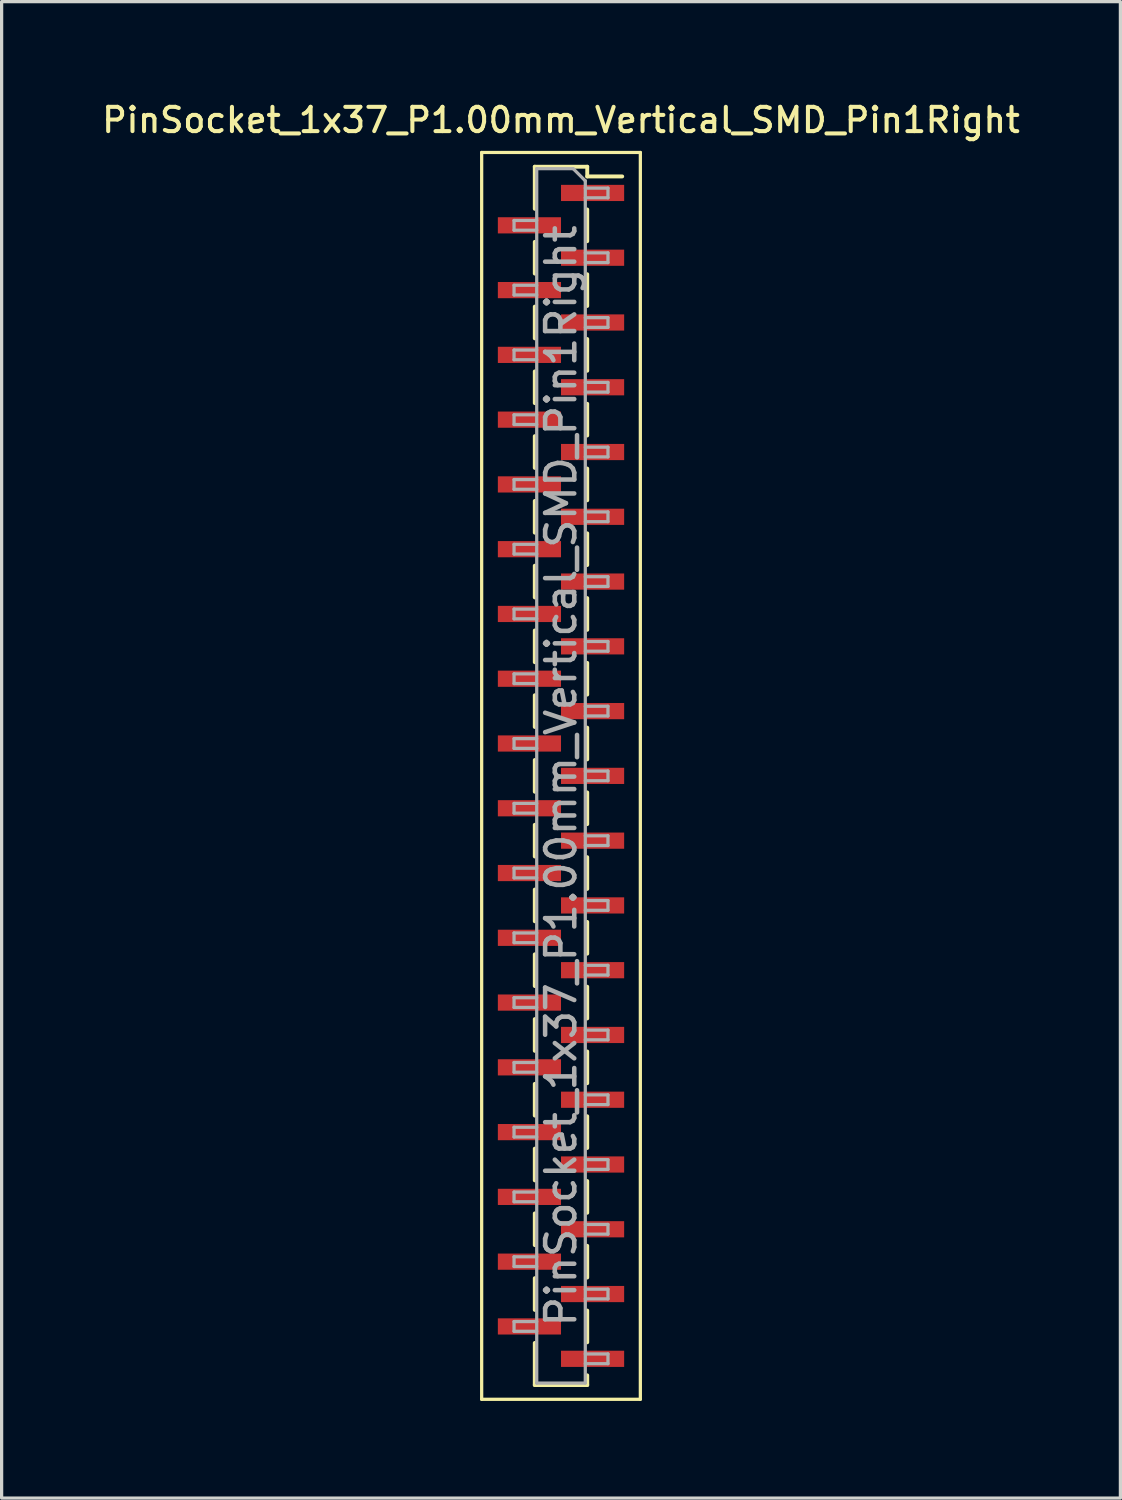
<source format=kicad_pcb>
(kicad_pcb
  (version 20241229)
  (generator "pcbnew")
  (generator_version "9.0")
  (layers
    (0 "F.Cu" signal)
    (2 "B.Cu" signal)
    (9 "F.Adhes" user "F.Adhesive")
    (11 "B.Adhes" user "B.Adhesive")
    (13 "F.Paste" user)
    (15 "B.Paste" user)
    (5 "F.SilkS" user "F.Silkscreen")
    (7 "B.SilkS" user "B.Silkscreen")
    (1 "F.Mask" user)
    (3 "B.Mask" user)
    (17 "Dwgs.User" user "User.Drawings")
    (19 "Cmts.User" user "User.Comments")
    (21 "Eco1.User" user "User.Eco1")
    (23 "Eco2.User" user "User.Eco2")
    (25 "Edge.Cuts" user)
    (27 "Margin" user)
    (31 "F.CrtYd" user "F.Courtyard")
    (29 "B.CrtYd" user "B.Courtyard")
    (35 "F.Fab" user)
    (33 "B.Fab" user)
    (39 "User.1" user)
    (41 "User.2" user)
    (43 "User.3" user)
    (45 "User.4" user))
  (footprint "PinSocket_1x37_P1.00mm_Vertical_SMD_Pin1Right"
    (layer "F.Cu")
    (at 14.273 20.908)
    (property "Reference" "PinSocket_1x37_P1.00mm_Vertical_SMD_Pin1Right" (at 0 -20.25 0) (layer "F.SilkS") (effects (font (size 0.75 0.75) (thickness 0.125))))
    (attr smd)
    (fp_line (start -2.45 -19.25) (end 2.45 -19.25) (stroke (width 0.1) (type solid)) (layer "F.SilkS"))
    (fp_line (start -2.45 19.25) (end -2.45 -19.25) (stroke (width 0.1) (type solid)) (layer "F.SilkS"))
    (fp_line (start -0.81 -18.81) (end -0.81 -17.51) (stroke (width 0.12) (type solid)) (layer "F.SilkS"))
    (fp_line (start -0.81 -18.81) (end 0.81 -18.81) (stroke (width 0.12) (type solid)) (layer "F.SilkS"))
    (fp_line (start -0.81 -16.49) (end -0.81 -15.51) (stroke (width 0.12) (type solid)) (layer "F.SilkS"))
    (fp_line (start -0.81 -14.49) (end -0.81 -13.51) (stroke (width 0.12) (type solid)) (layer "F.SilkS"))
    (fp_line (start -0.81 -12.49) (end -0.81 -11.51) (stroke (width 0.12) (type solid)) (layer "F.SilkS"))
    (fp_line (start -0.81 -10.49) (end -0.81 -9.51) (stroke (width 0.12) (type solid)) (layer "F.SilkS"))
    (fp_line (start -0.81 -8.49) (end -0.81 -7.51) (stroke (width 0.12) (type solid)) (layer "F.SilkS"))
    (fp_line (start -0.81 -6.49) (end -0.81 -5.51) (stroke (width 0.12) (type solid)) (layer "F.SilkS"))
    (fp_line (start -0.81 -4.49) (end -0.81 -3.51) (stroke (width 0.12) (type solid)) (layer "F.SilkS"))
    (fp_line (start -0.81 -2.49) (end -0.81 -1.51) (stroke (width 0.12) (type solid)) (layer "F.SilkS"))
    (fp_line (start -0.81 -0.49) (end -0.81 0.49) (stroke (width 0.12) (type solid)) (layer "F.SilkS"))
    (fp_line (start -0.81 1.51) (end -0.81 2.49) (stroke (width 0.12) (type solid)) (layer "F.SilkS"))
    (fp_line (start -0.81 3.51) (end -0.81 4.49) (stroke (width 0.12) (type solid)) (layer "F.SilkS"))
    (fp_line (start -0.81 5.51) (end -0.81 6.49) (stroke (width 0.12) (type solid)) (layer "F.SilkS"))
    (fp_line (start -0.81 7.51) (end -0.81 8.49) (stroke (width 0.12) (type solid)) (layer "F.SilkS"))
    (fp_line (start -0.81 9.51) (end -0.81 10.49) (stroke (width 0.12) (type solid)) (layer "F.SilkS"))
    (fp_line (start -0.81 11.51) (end -0.81 12.49) (stroke (width 0.12) (type solid)) (layer "F.SilkS"))
    (fp_line (start -0.81 13.51) (end -0.81 14.49) (stroke (width 0.12) (type solid)) (layer "F.SilkS"))
    (fp_line (start -0.81 15.51) (end -0.81 16.49) (stroke (width 0.12) (type solid)) (layer "F.SilkS"))
    (fp_line (start -0.81 17.51) (end -0.81 18.81) (stroke (width 0.12) (type solid)) (layer "F.SilkS"))
    (fp_line (start -0.81 18.81) (end 0.81 18.81) (stroke (width 0.12) (type solid)) (layer "F.SilkS"))
    (fp_line (start 0.81 -18.81) (end 0.81 -18.51) (stroke (width 0.12) (type solid)) (layer "F.SilkS"))
    (fp_line (start 0.81 -18.51) (end 1.89 -18.51) (stroke (width 0.12) (type solid)) (layer "F.SilkS"))
    (fp_line (start 0.81 -17.49) (end 0.81 -16.51) (stroke (width 0.12) (type solid)) (layer "F.SilkS"))
    (fp_line (start 0.81 -15.49) (end 0.81 -14.51) (stroke (width 0.12) (type solid)) (layer "F.SilkS"))
    (fp_line (start 0.81 -13.49) (end 0.81 -12.51) (stroke (width 0.12) (type solid)) (layer "F.SilkS"))
    (fp_line (start 0.81 -11.49) (end 0.81 -10.51) (stroke (width 0.12) (type solid)) (layer "F.SilkS"))
    (fp_line (start 0.81 -9.49) (end 0.81 -8.51) (stroke (width 0.12) (type solid)) (layer "F.SilkS"))
    (fp_line (start 0.81 -7.49) (end 0.81 -6.51) (stroke (width 0.12) (type solid)) (layer "F.SilkS"))
    (fp_line (start 0.81 -5.49) (end 0.81 -4.51) (stroke (width 0.12) (type solid)) (layer "F.SilkS"))
    (fp_line (start 0.81 -3.49) (end 0.81 -2.51) (stroke (width 0.12) (type solid)) (layer "F.SilkS"))
    (fp_line (start 0.81 -1.49) (end 0.81 -0.51) (stroke (width 0.12) (type solid)) (layer "F.SilkS"))
    (fp_line (start 0.81 0.51) (end 0.81 1.49) (stroke (width 0.12) (type solid)) (layer "F.SilkS"))
    (fp_line (start 0.81 2.51) (end 0.81 3.49) (stroke (width 0.12) (type solid)) (layer "F.SilkS"))
    (fp_line (start 0.81 4.51) (end 0.81 5.49) (stroke (width 0.12) (type solid)) (layer "F.SilkS"))
    (fp_line (start 0.81 6.51) (end 0.81 7.49) (stroke (width 0.12) (type solid)) (layer "F.SilkS"))
    (fp_line (start 0.81 8.51) (end 0.81 9.49) (stroke (width 0.12) (type solid)) (layer "F.SilkS"))
    (fp_line (start 0.81 10.51) (end 0.81 11.49) (stroke (width 0.12) (type solid)) (layer "F.SilkS"))
    (fp_line (start 0.81 12.51) (end 0.81 13.49) (stroke (width 0.12) (type solid)) (layer "F.SilkS"))
    (fp_line (start 0.81 14.51) (end 0.81 15.49) (stroke (width 0.12) (type solid)) (layer "F.SilkS"))
    (fp_line (start 0.81 16.51) (end 0.81 17.49) (stroke (width 0.12) (type solid)) (layer "F.SilkS"))
    (fp_line (start 0.81 18.51) (end 0.81 18.81) (stroke (width 0.12) (type solid)) (layer "F.SilkS"))
    (fp_line (start 2.45 -19.25) (end 2.45 19.25) (stroke (width 0.1) (type solid)) (layer "F.SilkS"))
    (fp_line (start 2.45 19.25) (end -2.45 19.25) (stroke (width 0.1) (type solid)) (layer "F.SilkS"))
    (fp_line (start -1.45 -17.15) (end -0.75 -17.15) (stroke (width 0.1) (type solid)) (layer "F.Fab"))
    (fp_line (start -1.45 -16.85) (end -1.45 -17.15) (stroke (width 0.1) (type solid)) (layer "F.Fab"))
    (fp_line (start -1.45 -15.15) (end -0.75 -15.15) (stroke (width 0.1) (type solid)) (layer "F.Fab"))
    (fp_line (start -1.45 -14.85) (end -1.45 -15.15) (stroke (width 0.1) (type solid)) (layer "F.Fab"))
    (fp_line (start -1.45 -13.15) (end -0.75 -13.15) (stroke (width 0.1) (type solid)) (layer "F.Fab"))
    (fp_line (start -1.45 -12.85) (end -1.45 -13.15) (stroke (width 0.1) (type solid)) (layer "F.Fab"))
    (fp_line (start -1.45 -11.15) (end -0.75 -11.15) (stroke (width 0.1) (type solid)) (layer "F.Fab"))
    (fp_line (start -1.45 -10.85) (end -1.45 -11.15) (stroke (width 0.1) (type solid)) (layer "F.Fab"))
    (fp_line (start -1.45 -9.15) (end -0.75 -9.15) (stroke (width 0.1) (type solid)) (layer "F.Fab"))
    (fp_line (start -1.45 -8.85) (end -1.45 -9.15) (stroke (width 0.1) (type solid)) (layer "F.Fab"))
    (fp_line (start -1.45 -7.15) (end -0.75 -7.15) (stroke (width 0.1) (type solid)) (layer "F.Fab"))
    (fp_line (start -1.45 -6.85) (end -1.45 -7.15) (stroke (width 0.1) (type solid)) (layer "F.Fab"))
    (fp_line (start -1.45 -5.15) (end -0.75 -5.15) (stroke (width 0.1) (type solid)) (layer "F.Fab"))
    (fp_line (start -1.45 -4.85) (end -1.45 -5.15) (stroke (width 0.1) (type solid)) (layer "F.Fab"))
    (fp_line (start -1.45 -3.15) (end -0.75 -3.15) (stroke (width 0.1) (type solid)) (layer "F.Fab"))
    (fp_line (start -1.45 -2.85) (end -1.45 -3.15) (stroke (width 0.1) (type solid)) (layer "F.Fab"))
    (fp_line (start -1.45 -1.15) (end -0.75 -1.15) (stroke (width 0.1) (type solid)) (layer "F.Fab"))
    (fp_line (start -1.45 -0.85) (end -1.45 -1.15) (stroke (width 0.1) (type solid)) (layer "F.Fab"))
    (fp_line (start -1.45 0.85) (end -0.75 0.85) (stroke (width 0.1) (type solid)) (layer "F.Fab"))
    (fp_line (start -1.45 1.15) (end -1.45 0.85) (stroke (width 0.1) (type solid)) (layer "F.Fab"))
    (fp_line (start -1.45 2.85) (end -0.75 2.85) (stroke (width 0.1) (type solid)) (layer "F.Fab"))
    (fp_line (start -1.45 3.15) (end -1.45 2.85) (stroke (width 0.1) (type solid)) (layer "F.Fab"))
    (fp_line (start -1.45 4.85) (end -0.75 4.85) (stroke (width 0.1) (type solid)) (layer "F.Fab"))
    (fp_line (start -1.45 5.15) (end -1.45 4.85) (stroke (width 0.1) (type solid)) (layer "F.Fab"))
    (fp_line (start -1.45 6.85) (end -0.75 6.85) (stroke (width 0.1) (type solid)) (layer "F.Fab"))
    (fp_line (start -1.45 7.15) (end -1.45 6.85) (stroke (width 0.1) (type solid)) (layer "F.Fab"))
    (fp_line (start -1.45 8.85) (end -0.75 8.85) (stroke (width 0.1) (type solid)) (layer "F.Fab"))
    (fp_line (start -1.45 9.15) (end -1.45 8.85) (stroke (width 0.1) (type solid)) (layer "F.Fab"))
    (fp_line (start -1.45 10.85) (end -0.75 10.85) (stroke (width 0.1) (type solid)) (layer "F.Fab"))
    (fp_line (start -1.45 11.15) (end -1.45 10.85) (stroke (width 0.1) (type solid)) (layer "F.Fab"))
    (fp_line (start -1.45 12.85) (end -0.75 12.85) (stroke (width 0.1) (type solid)) (layer "F.Fab"))
    (fp_line (start -1.45 13.15) (end -1.45 12.85) (stroke (width 0.1) (type solid)) (layer "F.Fab"))
    (fp_line (start -1.45 14.85) (end -0.75 14.85) (stroke (width 0.1) (type solid)) (layer "F.Fab"))
    (fp_line (start -1.45 15.15) (end -1.45 14.85) (stroke (width 0.1) (type solid)) (layer "F.Fab"))
    (fp_line (start -1.45 16.85) (end -0.75 16.85) (stroke (width 0.1) (type solid)) (layer "F.Fab"))
    (fp_line (start -1.45 17.15) (end -1.45 16.85) (stroke (width 0.1) (type solid)) (layer "F.Fab"))
    (fp_line (start -0.75 -18.75) (end 0.375 -18.75) (stroke (width 0.1) (type solid)) (layer "F.Fab"))
    (fp_line (start -0.75 -16.85) (end -1.45 -16.85) (stroke (width 0.1) (type solid)) (layer "F.Fab"))
    (fp_line (start -0.75 -14.85) (end -1.45 -14.85) (stroke (width 0.1) (type solid)) (layer "F.Fab"))
    (fp_line (start -0.75 -12.85) (end -1.45 -12.85) (stroke (width 0.1) (type solid)) (layer "F.Fab"))
    (fp_line (start -0.75 -10.85) (end -1.45 -10.85) (stroke (width 0.1) (type solid)) (layer "F.Fab"))
    (fp_line (start -0.75 -8.85) (end -1.45 -8.85) (stroke (width 0.1) (type solid)) (layer "F.Fab"))
    (fp_line (start -0.75 -6.85) (end -1.45 -6.85) (stroke (width 0.1) (type solid)) (layer "F.Fab"))
    (fp_line (start -0.75 -4.85) (end -1.45 -4.85) (stroke (width 0.1) (type solid)) (layer "F.Fab"))
    (fp_line (start -0.75 -2.85) (end -1.45 -2.85) (stroke (width 0.1) (type solid)) (layer "F.Fab"))
    (fp_line (start -0.75 -0.85) (end -1.45 -0.85) (stroke (width 0.1) (type solid)) (layer "F.Fab"))
    (fp_line (start -0.75 1.15) (end -1.45 1.15) (stroke (width 0.1) (type solid)) (layer "F.Fab"))
    (fp_line (start -0.75 3.15) (end -1.45 3.15) (stroke (width 0.1) (type solid)) (layer "F.Fab"))
    (fp_line (start -0.75 5.15) (end -1.45 5.15) (stroke (width 0.1) (type solid)) (layer "F.Fab"))
    (fp_line (start -0.75 7.15) (end -1.45 7.15) (stroke (width 0.1) (type solid)) (layer "F.Fab"))
    (fp_line (start -0.75 9.15) (end -1.45 9.15) (stroke (width 0.1) (type solid)) (layer "F.Fab"))
    (fp_line (start -0.75 11.15) (end -1.45 11.15) (stroke (width 0.1) (type solid)) (layer "F.Fab"))
    (fp_line (start -0.75 13.15) (end -1.45 13.15) (stroke (width 0.1) (type solid)) (layer "F.Fab"))
    (fp_line (start -0.75 15.15) (end -1.45 15.15) (stroke (width 0.1) (type solid)) (layer "F.Fab"))
    (fp_line (start -0.75 17.15) (end -1.45 17.15) (stroke (width 0.1) (type solid)) (layer "F.Fab"))
    (fp_line (start -0.75 18.75) (end -0.75 -18.75) (stroke (width 0.1) (type solid)) (layer "F.Fab"))
    (fp_line (start 0.375 -18.75) (end 0.75 -18.375) (stroke (width 0.1) (type solid)) (layer "F.Fab"))
    (fp_line (start 0.75 -18.375) (end 0.75 18.75) (stroke (width 0.1) (type solid)) (layer "F.Fab"))
    (fp_line (start 0.75 -18.15) (end 1.45 -18.15) (stroke (width 0.1) (type solid)) (layer "F.Fab"))
    (fp_line (start 0.75 -16.15) (end 1.45 -16.15) (stroke (width 0.1) (type solid)) (layer "F.Fab"))
    (fp_line (start 0.75 -14.15) (end 1.45 -14.15) (stroke (width 0.1) (type solid)) (layer "F.Fab"))
    (fp_line (start 0.75 -12.15) (end 1.45 -12.15) (stroke (width 0.1) (type solid)) (layer "F.Fab"))
    (fp_line (start 0.75 -10.15) (end 1.45 -10.15) (stroke (width 0.1) (type solid)) (layer "F.Fab"))
    (fp_line (start 0.75 -8.15) (end 1.45 -8.15) (stroke (width 0.1) (type solid)) (layer "F.Fab"))
    (fp_line (start 0.75 -6.15) (end 1.45 -6.15) (stroke (width 0.1) (type solid)) (layer "F.Fab"))
    (fp_line (start 0.75 -4.15) (end 1.45 -4.15) (stroke (width 0.1) (type solid)) (layer "F.Fab"))
    (fp_line (start 0.75 -2.15) (end 1.45 -2.15) (stroke (width 0.1) (type solid)) (layer "F.Fab"))
    (fp_line (start 0.75 -0.15) (end 1.45 -0.15) (stroke (width 0.1) (type solid)) (layer "F.Fab"))
    (fp_line (start 0.75 1.85) (end 1.45 1.85) (stroke (width 0.1) (type solid)) (layer "F.Fab"))
    (fp_line (start 0.75 3.85) (end 1.45 3.85) (stroke (width 0.1) (type solid)) (layer "F.Fab"))
    (fp_line (start 0.75 5.85) (end 1.45 5.85) (stroke (width 0.1) (type solid)) (layer "F.Fab"))
    (fp_line (start 0.75 7.85) (end 1.45 7.85) (stroke (width 0.1) (type solid)) (layer "F.Fab"))
    (fp_line (start 0.75 9.85) (end 1.45 9.85) (stroke (width 0.1) (type solid)) (layer "F.Fab"))
    (fp_line (start 0.75 11.85) (end 1.45 11.85) (stroke (width 0.1) (type solid)) (layer "F.Fab"))
    (fp_line (start 0.75 13.85) (end 1.45 13.85) (stroke (width 0.1) (type solid)) (layer "F.Fab"))
    (fp_line (start 0.75 15.85) (end 1.45 15.85) (stroke (width 0.1) (type solid)) (layer "F.Fab"))
    (fp_line (start 0.75 17.85) (end 1.45 17.85) (stroke (width 0.1) (type solid)) (layer "F.Fab"))
    (fp_line (start 0.75 18.75) (end -0.75 18.75) (stroke (width 0.1) (type solid)) (layer "F.Fab"))
    (fp_line (start 1.45 -18.15) (end 1.45 -17.85) (stroke (width 0.1) (type solid)) (layer "F.Fab"))
    (fp_line (start 1.45 -17.85) (end 0.75 -17.85) (stroke (width 0.1) (type solid)) (layer "F.Fab"))
    (fp_line (start 1.45 -16.15) (end 1.45 -15.85) (stroke (width 0.1) (type solid)) (layer "F.Fab"))
    (fp_line (start 1.45 -15.85) (end 0.75 -15.85) (stroke (width 0.1) (type solid)) (layer "F.Fab"))
    (fp_line (start 1.45 -14.15) (end 1.45 -13.85) (stroke (width 0.1) (type solid)) (layer "F.Fab"))
    (fp_line (start 1.45 -13.85) (end 0.75 -13.85) (stroke (width 0.1) (type solid)) (layer "F.Fab"))
    (fp_line (start 1.45 -12.15) (end 1.45 -11.85) (stroke (width 0.1) (type solid)) (layer "F.Fab"))
    (fp_line (start 1.45 -11.85) (end 0.75 -11.85) (stroke (width 0.1) (type solid)) (layer "F.Fab"))
    (fp_line (start 1.45 -10.15) (end 1.45 -9.85) (stroke (width 0.1) (type solid)) (layer "F.Fab"))
    (fp_line (start 1.45 -9.85) (end 0.75 -9.85) (stroke (width 0.1) (type solid)) (layer "F.Fab"))
    (fp_line (start 1.45 -8.15) (end 1.45 -7.85) (stroke (width 0.1) (type solid)) (layer "F.Fab"))
    (fp_line (start 1.45 -7.85) (end 0.75 -7.85) (stroke (width 0.1) (type solid)) (layer "F.Fab"))
    (fp_line (start 1.45 -6.15) (end 1.45 -5.85) (stroke (width 0.1) (type solid)) (layer "F.Fab"))
    (fp_line (start 1.45 -5.85) (end 0.75 -5.85) (stroke (width 0.1) (type solid)) (layer "F.Fab"))
    (fp_line (start 1.45 -4.15) (end 1.45 -3.85) (stroke (width 0.1) (type solid)) (layer "F.Fab"))
    (fp_line (start 1.45 -3.85) (end 0.75 -3.85) (stroke (width 0.1) (type solid)) (layer "F.Fab"))
    (fp_line (start 1.45 -2.15) (end 1.45 -1.85) (stroke (width 0.1) (type solid)) (layer "F.Fab"))
    (fp_line (start 1.45 -1.85) (end 0.75 -1.85) (stroke (width 0.1) (type solid)) (layer "F.Fab"))
    (fp_line (start 1.45 -0.15) (end 1.45 0.15) (stroke (width 0.1) (type solid)) (layer "F.Fab"))
    (fp_line (start 1.45 0.15) (end 0.75 0.15) (stroke (width 0.1) (type solid)) (layer "F.Fab"))
    (fp_line (start 1.45 1.85) (end 1.45 2.15) (stroke (width 0.1) (type solid)) (layer "F.Fab"))
    (fp_line (start 1.45 2.15) (end 0.75 2.15) (stroke (width 0.1) (type solid)) (layer "F.Fab"))
    (fp_line (start 1.45 3.85) (end 1.45 4.15) (stroke (width 0.1) (type solid)) (layer "F.Fab"))
    (fp_line (start 1.45 4.15) (end 0.75 4.15) (stroke (width 0.1) (type solid)) (layer "F.Fab"))
    (fp_line (start 1.45 5.85) (end 1.45 6.15) (stroke (width 0.1) (type solid)) (layer "F.Fab"))
    (fp_line (start 1.45 6.15) (end 0.75 6.15) (stroke (width 0.1) (type solid)) (layer "F.Fab"))
    (fp_line (start 1.45 7.85) (end 1.45 8.15) (stroke (width 0.1) (type solid)) (layer "F.Fab"))
    (fp_line (start 1.45 8.15) (end 0.75 8.15) (stroke (width 0.1) (type solid)) (layer "F.Fab"))
    (fp_line (start 1.45 9.85) (end 1.45 10.15) (stroke (width 0.1) (type solid)) (layer "F.Fab"))
    (fp_line (start 1.45 10.15) (end 0.75 10.15) (stroke (width 0.1) (type solid)) (layer "F.Fab"))
    (fp_line (start 1.45 11.85) (end 1.45 12.15) (stroke (width 0.1) (type solid)) (layer "F.Fab"))
    (fp_line (start 1.45 12.15) (end 0.75 12.15) (stroke (width 0.1) (type solid)) (layer "F.Fab"))
    (fp_line (start 1.45 13.85) (end 1.45 14.15) (stroke (width 0.1) (type solid)) (layer "F.Fab"))
    (fp_line (start 1.45 14.15) (end 0.75 14.15) (stroke (width 0.1) (type solid)) (layer "F.Fab"))
    (fp_line (start 1.45 15.85) (end 1.45 16.15) (stroke (width 0.1) (type solid)) (layer "F.Fab"))
    (fp_line (start 1.45 16.15) (end 0.75 16.15) (stroke (width 0.1) (type solid)) (layer "F.Fab"))
    (fp_line (start 1.45 17.85) (end 1.45 18.15) (stroke (width 0.1) (type solid)) (layer "F.Fab"))
    (fp_line (start 1.45 18.15) (end 0.75 18.15) (stroke (width 0.1) (type solid)) (layer "F.Fab"))
    (fp_text user "${REFERENCE}" (at 0 0 90) (layer "F.Fab") (effects (font (size 0.9 0.9) (thickness 0.14))))
    (pad "1" smd rect (at 0.975 -18) (size 1.95 0.5) (layers "F.Cu" "F.Mask" "F.Paste"))
    (pad "2" smd rect (at -0.975 -17) (size 1.95 0.5) (layers "F.Cu" "F.Mask" "F.Paste"))
    (pad "3" smd rect (at 0.975 -16) (size 1.95 0.5) (layers "F.Cu" "F.Mask" "F.Paste"))
    (pad "4" smd rect (at -0.975 -15) (size 1.95 0.5) (layers "F.Cu" "F.Mask" "F.Paste"))
    (pad "5" smd rect (at 0.975 -14) (size 1.95 0.5) (layers "F.Cu" "F.Mask" "F.Paste"))
    (pad "6" smd rect (at -0.975 -13) (size 1.95 0.5) (layers "F.Cu" "F.Mask" "F.Paste"))
    (pad "7" smd rect (at 0.975 -12) (size 1.95 0.5) (layers "F.Cu" "F.Mask" "F.Paste"))
    (pad "8" smd rect (at -0.975 -11) (size 1.95 0.5) (layers "F.Cu" "F.Mask" "F.Paste"))
    (pad "9" smd rect (at 0.975 -10) (size 1.95 0.5) (layers "F.Cu" "F.Mask" "F.Paste"))
    (pad "10" smd rect (at -0.975 -9) (size 1.95 0.5) (layers "F.Cu" "F.Mask" "F.Paste"))
    (pad "11" smd rect (at 0.975 -8) (size 1.95 0.5) (layers "F.Cu" "F.Mask" "F.Paste"))
    (pad "12" smd rect (at -0.975 -7) (size 1.95 0.5) (layers "F.Cu" "F.Mask" "F.Paste"))
    (pad "13" smd rect (at 0.975 -6) (size 1.95 0.5) (layers "F.Cu" "F.Mask" "F.Paste"))
    (pad "14" smd rect (at -0.975 -5) (size 1.95 0.5) (layers "F.Cu" "F.Mask" "F.Paste"))
    (pad "15" smd rect (at 0.975 -4) (size 1.95 0.5) (layers "F.Cu" "F.Mask" "F.Paste"))
    (pad "16" smd rect (at -0.975 -3) (size 1.95 0.5) (layers "F.Cu" "F.Mask" "F.Paste"))
    (pad "17" smd rect (at 0.975 -2) (size 1.95 0.5) (layers "F.Cu" "F.Mask" "F.Paste"))
    (pad "18" smd rect (at -0.975 -1) (size 1.95 0.5) (layers "F.Cu" "F.Mask" "F.Paste"))
    (pad "19" smd rect (at 0.975 0) (size 1.95 0.5) (layers "F.Cu" "F.Mask" "F.Paste"))
    (pad "20" smd rect (at -0.975 1) (size 1.95 0.5) (layers "F.Cu" "F.Mask" "F.Paste"))
    (pad "21" smd rect (at 0.975 2) (size 1.95 0.5) (layers "F.Cu" "F.Mask" "F.Paste"))
    (pad "22" smd rect (at -0.975 3) (size 1.95 0.5) (layers "F.Cu" "F.Mask" "F.Paste"))
    (pad "23" smd rect (at 0.975 4) (size 1.95 0.5) (layers "F.Cu" "F.Mask" "F.Paste"))
    (pad "24" smd rect (at -0.975 5) (size 1.95 0.5) (layers "F.Cu" "F.Mask" "F.Paste"))
    (pad "25" smd rect (at 0.975 6) (size 1.95 0.5) (layers "F.Cu" "F.Mask" "F.Paste"))
    (pad "26" smd rect (at -0.975 7) (size 1.95 0.5) (layers "F.Cu" "F.Mask" "F.Paste"))
    (pad "27" smd rect (at 0.975 8) (size 1.95 0.5) (layers "F.Cu" "F.Mask" "F.Paste"))
    (pad "28" smd rect (at -0.975 9) (size 1.95 0.5) (layers "F.Cu" "F.Mask" "F.Paste"))
    (pad "29" smd rect (at 0.975 10) (size 1.95 0.5) (layers "F.Cu" "F.Mask" "F.Paste"))
    (pad "30" smd rect (at -0.975 11) (size 1.95 0.5) (layers "F.Cu" "F.Mask" "F.Paste"))
    (pad "31" smd rect (at 0.975 12) (size 1.95 0.5) (layers "F.Cu" "F.Mask" "F.Paste"))
    (pad "32" smd rect (at -0.975 13) (size 1.95 0.5) (layers "F.Cu" "F.Mask" "F.Paste"))
    (pad "33" smd rect (at 0.975 14) (size 1.95 0.5) (layers "F.Cu" "F.Mask" "F.Paste"))
    (pad "34" smd rect (at -0.975 15) (size 1.95 0.5) (layers "F.Cu" "F.Mask" "F.Paste"))
    (pad "35" smd rect (at 0.975 16) (size 1.95 0.5) (layers "F.Cu" "F.Mask" "F.Paste"))
    (pad "36" smd rect (at -0.975 17) (size 1.95 0.5) (layers "F.Cu" "F.Mask" "F.Paste"))
    (pad "37" smd rect (at 0.975 18) (size 1.95 0.5) (layers "F.Cu" "F.Mask" "F.Paste")))
  (gr_rect
    (start -3 -3)
    (end 31.546 43.208)
    (stroke (width 0.1) (type default))
    (fill no)
    (layer "Edge.Cuts")))
</source>
